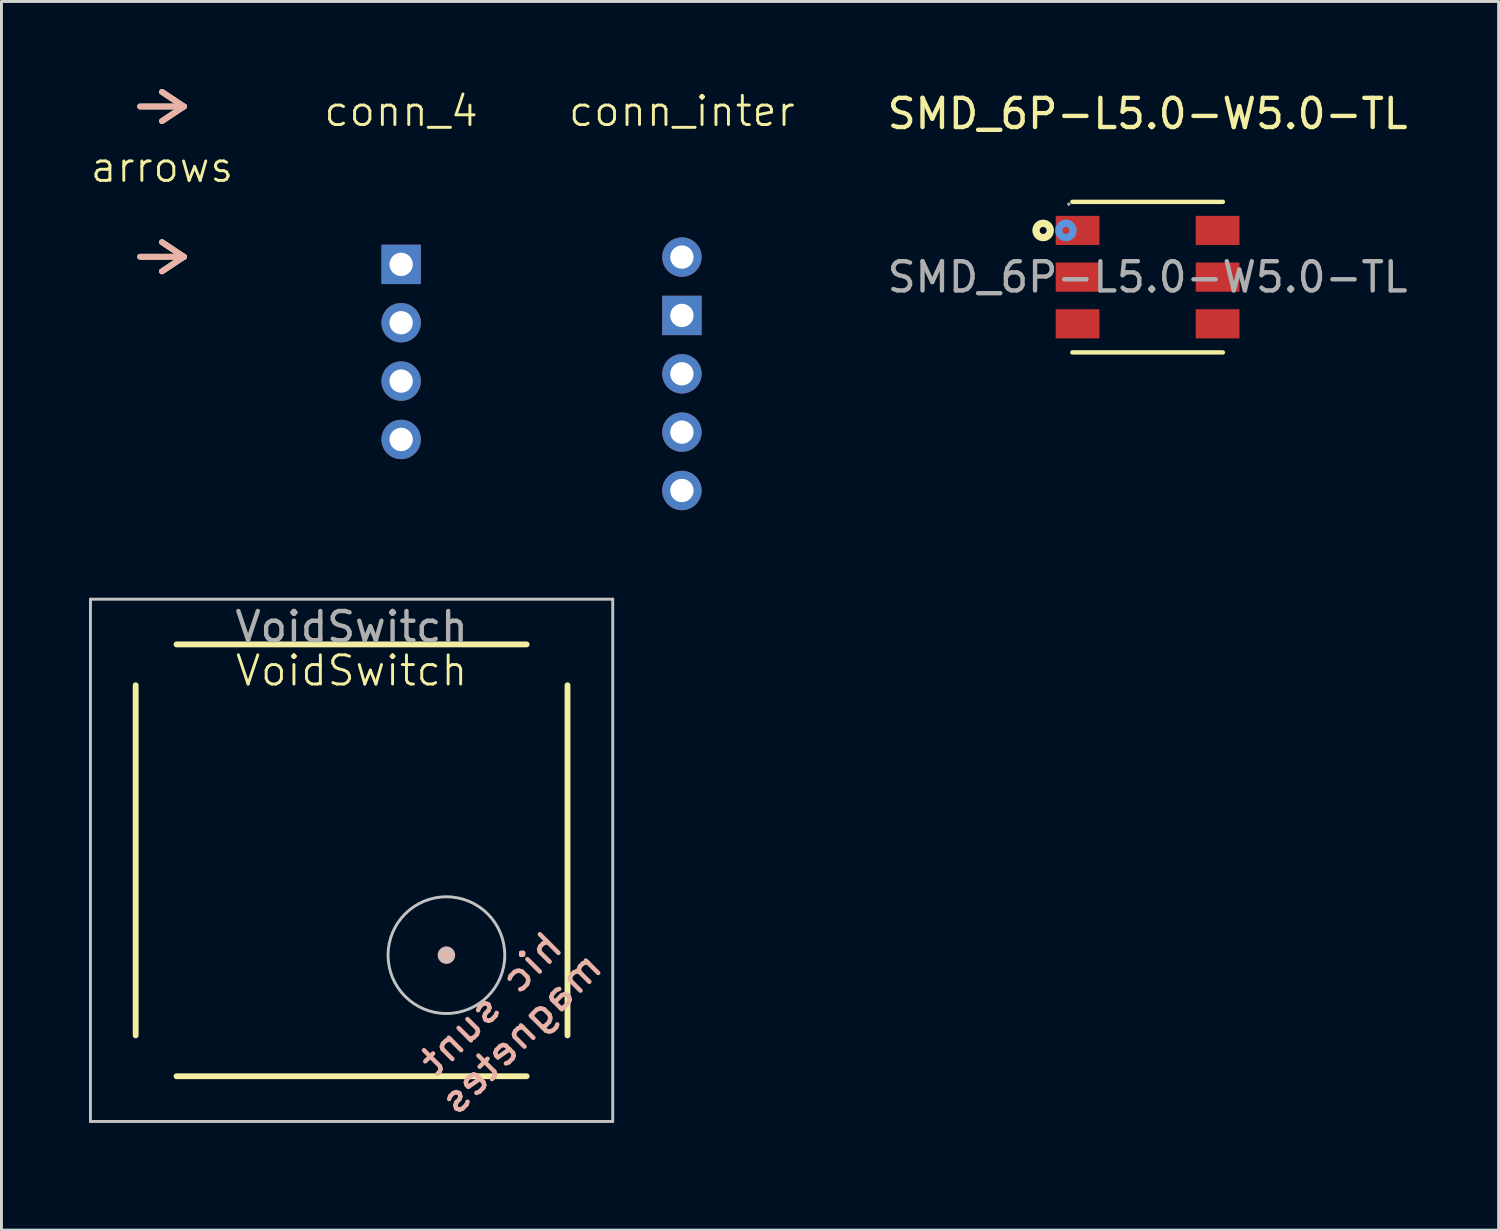
<source format=kicad_pcb>
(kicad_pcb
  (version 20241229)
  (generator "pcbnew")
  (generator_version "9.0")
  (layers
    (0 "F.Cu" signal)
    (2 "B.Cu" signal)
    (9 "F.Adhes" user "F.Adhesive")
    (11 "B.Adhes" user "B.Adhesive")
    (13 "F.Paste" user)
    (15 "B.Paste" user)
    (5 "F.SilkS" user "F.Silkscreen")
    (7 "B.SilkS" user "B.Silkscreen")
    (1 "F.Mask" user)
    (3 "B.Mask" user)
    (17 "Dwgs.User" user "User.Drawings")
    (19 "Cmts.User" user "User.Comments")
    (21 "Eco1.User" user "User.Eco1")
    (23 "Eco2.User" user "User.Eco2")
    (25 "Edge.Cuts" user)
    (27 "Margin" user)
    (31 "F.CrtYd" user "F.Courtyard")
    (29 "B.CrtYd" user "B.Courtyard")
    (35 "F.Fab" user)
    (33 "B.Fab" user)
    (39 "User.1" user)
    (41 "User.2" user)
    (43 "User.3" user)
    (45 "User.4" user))
  (footprint "SMD_6P-L5.0-W5.0-TL"
    (layer "F.Cu")
    (at 36.282 6.448)
    (property "Reference" "SMD_6P-L5.0-W5.0-TL" (at 0 -5.6 0) (layer "F.SilkS") (effects (font (size 1 1) (thickness 0.15))))
    (attr smd)
    (fp_line (start -2.58 -2.58) (end 2.58 -2.58) (stroke (width 0.15) (type solid)) (layer "F.SilkS"))
    (fp_line (start -2.58 2.58) (end 2.58 2.58) (stroke (width 0.15) (type solid)) (layer "F.SilkS"))
    (fp_circle (center -3.58 -1.6) (end -3.46 -1.6) (stroke (width 0.25) (type solid)) (fill no) (layer "F.SilkS"))
    (fp_circle (center -2.8 -1.6) (end -2.68 -1.6) (stroke (width 0.25) (type solid)) (fill no) (layer "Cmts.User"))
    (fp_circle (center -2.7 -2.5) (end -2.67 -2.5) (stroke (width 0.06) (type solid)) (fill no) (layer "F.Fab"))
    (fp_text user "${REFERENCE}" (at 0 0 0) (layer "F.Fab") (effects (font (size 1 1) (thickness 0.15))))
    (pad "1" smd rect (at -2.4 -1.6) (size 1.5 1) (layers "F.Cu" "F.Mask" "F.Paste"))
    (pad "2" smd rect (at -2.4 0) (size 1.5 1) (layers "F.Cu" "F.Mask" "F.Paste"))
    (pad "3" smd rect (at -2.4 1.6) (size 1.5 1) (layers "F.Cu" "F.Mask" "F.Paste"))
    (pad "4" smd rect (at 2.4 1.6) (size 1.5 1) (layers "F.Cu" "F.Mask" "F.Paste"))
    (pad "5" smd rect (at 2.4 0) (size 1.5 1) (layers "F.Cu" "F.Mask" "F.Paste"))
    (pad "6" smd rect (at 2.4 -1.6) (size 1.5 1) (layers "F.Cu" "F.Mask" "F.Paste")))
  (footprint "conn_4"
    (layer "F.Cu")
    (at 10.698 6.011)
    (property "Reference" "conn_4" (at 0 -5.25 0) (unlocked yes) (layer "F.SilkS") (effects (font (size 1 1) (thickness 0.1))))
    (attr through_hole)
    (pad "1" thru_hole rect (at 0 0) (size 1.35 1.35) (drill 0.8) (layers "*.Cu" "*.Mask"))
    (pad "2" thru_hole circle (at 0 2) (size 1.35 1.35) (drill 0.8) (layers "*.Cu" "*.Mask"))
    (pad "3" thru_hole circle (at 0 4) (size 1.35 1.35) (drill 0.8) (layers "*.Cu" "*.Mask"))
    (pad "4" thru_hole circle (at 0 6) (size 1.35 1.35) (drill 0.8) (layers "*.Cu" "*.Mask")))
  (footprint "conn_inter"
    (layer "F.Cu")
    (at 20.321 7.761)
    (property "Reference" "conn_inter" (at 0 -7 0) (unlocked yes) (layer "F.SilkS") (effects (font (size 1 1) (thickness 0.1))))
    (attr through_hole)
    (pad "1" thru_hole circle (at 0 -2) (size 1.35 1.35) (drill 0.8) (layers "*.Cu" "*.Mask"))
    (pad "2" thru_hole rect (at 0 0) (size 1.35 1.35) (drill 0.8) (layers "*.Cu" "*.Mask"))
    (pad "3" thru_hole circle (at 0 2) (size 1.35 1.35) (drill 0.8) (layers "*.Cu" "*.Mask"))
    (pad "4" thru_hole circle (at 0 4) (size 1.35 1.35) (drill 0.8) (layers "*.Cu" "*.Mask"))
    (pad "5" thru_hole circle (at 0 6) (size 1.35 1.35) (drill 0.8) (layers "*.Cu" "*.Mask")))
  (footprint "VoidSwitch"
    (layer "F.Cu")
    (at 9 26.436)
    (property "Reference" "VoidSwitch" (at 0 -6.5 0) (unlocked yes) (layer "F.SilkS") (effects (font (size 1 1) (thickness 0.1))))
    (attr smd)
    (fp_line (start -7.4 6) (end -7.4 -6) (stroke (width 0.2) (type default)) (layer "F.SilkS"))
    (fp_line (start -6 -7.4) (end 6 -7.4) (stroke (width 0.2) (type default)) (layer "F.SilkS"))
    (fp_line (start 6 7.4) (end -6 7.4) (stroke (width 0.2) (type default)) (layer "F.SilkS"))
    (fp_line (start 7.4 -6) (end 7.4 6) (stroke (width 0.2) (type default)) (layer "F.SilkS"))
    (fp_circle (center 3.25 3.25) (end 3.45 3.25) (stroke (width 0.2) (type solid)) (fill yes) (layer "B.SilkS"))
    (fp_line (start -8.95 -8.95) (end -8.95 8.95) (stroke (width 0.1) (type default)) (layer "Dwgs.User"))
    (fp_line (start 8.95 -8.95) (end -8.95 -8.95) (stroke (width 0.1) (type default)) (layer "Dwgs.User"))
    (fp_line (start 8.95 8.95) (end -8.95 8.95) (stroke (width 0.1) (type default)) (layer "Dwgs.User"))
    (fp_line (start 8.95 8.95) (end 8.95 -8.95) (stroke (width 0.1) (type default)) (layer "Dwgs.User"))
    (fp_circle (center 3.25 3.25) (end 3.45 3.25) (stroke (width 0.1) (type default)) (fill no) (layer "Dwgs.User"))
    (fp_circle (center 3.25 3.25) (end 5.25 3.25) (stroke (width 0.1) (type default)) (fill no) (layer "Dwgs.User"))
    (fp_text user "${REFERENCE}" (at 0 -8 0) (unlocked yes) (layer "F.Fab") (effects (font (size 1 1) (thickness 0.15))))
    (fp_text_box "hic sunt magnetes" (pts (xy 1.067 6.917) (xy 6.795 1.19) (xy 9.553 3.947) (xy 3.825 9.675)) (margins 0.675 0.675 0.675 0.675) (angle 45) (layer "B.SilkS") (effects (font (size 0.9 1) (thickness 0.153) (bold yes)) (justify top mirror)) (border no) (stroke (width -0.000001) (type solid))))
  (footprint "arrows"
    (layer "F.Cu")
    (at 2.502 3.175)
    (property "Reference" "arrows" (at 0 -0.5 0) (unlocked yes) (layer "F.SilkS") (effects (font (size 1 1) (thickness 0.1))))
    (fp_line (start -0.75 -2.575) (end 0.75 -2.575) (stroke (width 0.2) (type default)) (layer "F.SilkS"))
    (fp_line (start -0.75 2.575) (end 0.75 2.575) (stroke (width 0.2) (type default)) (layer "F.SilkS"))
    (fp_line (start 0 -2.075) (end 0.75 -2.575) (stroke (width 0.2) (type default)) (layer "F.SilkS"))
    (fp_line (start 0 3.075) (end 0.75 2.575) (stroke (width 0.2) (type default)) (layer "F.SilkS"))
    (fp_line (start 0.75 -2.575) (end 0 -3.075) (stroke (width 0.2) (type default)) (layer "F.SilkS"))
    (fp_line (start 0.75 2.575) (end 0 2.075) (stroke (width 0.2) (type default)) (layer "F.SilkS"))
    (fp_line (start -0.75 -2.575) (end 0.75 -2.575) (stroke (width 0.2) (type default)) (layer "B.SilkS"))
    (fp_line (start -0.75 2.575) (end 0.75 2.575) (stroke (width 0.2) (type default)) (layer "B.SilkS"))
    (fp_line (start 0 -2.075) (end 0.75 -2.575) (stroke (width 0.2) (type default)) (layer "B.SilkS"))
    (fp_line (start 0 3.075) (end 0.75 2.575) (stroke (width 0.2) (type default)) (layer "B.SilkS"))
    (fp_line (start 0.75 -2.575) (end 0 -3.075) (stroke (width 0.2) (type default)) (layer "B.SilkS"))
    (fp_line (start 0.75 2.575) (end 0 2.075) (stroke (width 0.2) (type default)) (layer "B.SilkS")))
  (gr_rect
    (start -3 -3)
    (end 48.312 39.111)
    (stroke (width 0.1) (type default))
    (fill no)
    (layer "Edge.Cuts")))
</source>
